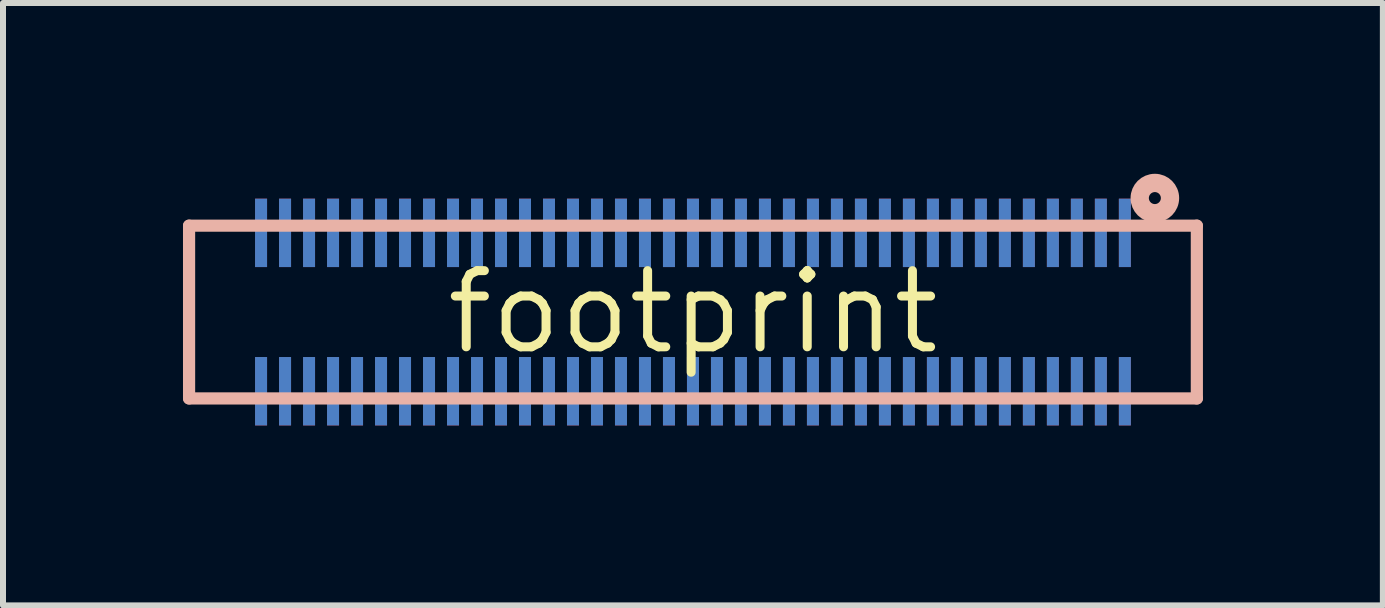
<source format=kicad_pcb>
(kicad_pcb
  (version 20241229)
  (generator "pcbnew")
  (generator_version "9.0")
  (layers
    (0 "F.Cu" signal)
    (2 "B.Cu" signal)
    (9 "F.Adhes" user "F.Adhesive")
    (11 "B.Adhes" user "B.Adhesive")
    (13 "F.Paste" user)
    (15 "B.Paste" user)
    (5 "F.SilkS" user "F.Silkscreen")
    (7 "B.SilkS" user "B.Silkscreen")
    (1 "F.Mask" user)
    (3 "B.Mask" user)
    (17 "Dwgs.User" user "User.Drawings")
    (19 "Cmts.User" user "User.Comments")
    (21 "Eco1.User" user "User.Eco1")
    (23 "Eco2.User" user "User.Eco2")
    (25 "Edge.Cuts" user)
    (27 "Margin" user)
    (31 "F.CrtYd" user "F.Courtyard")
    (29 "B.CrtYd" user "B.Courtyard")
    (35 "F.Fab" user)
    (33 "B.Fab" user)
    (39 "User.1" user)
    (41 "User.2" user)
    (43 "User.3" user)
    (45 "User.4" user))
  (footprint "footprint"
    (layer "F.Cu")
    (at 8.502 2.152)
    (property "Reference" "footprint" (at 0 0 0) (layer "F.SilkS") (effects (font (size 1.27 1.27) (thickness 0.15))))
    (fp_line (start -8.4 -1.44) (end 8.4 -1.44) (stroke (width 0.203) (type solid)) (layer "B.SilkS"))
    (fp_line (start -8.4 1.44) (end -8.4 -1.44) (stroke (width 0.203) (type solid)) (layer "B.SilkS"))
    (fp_line (start 8.4 -1.44) (end 8.4 1.44) (stroke (width 0.203) (type solid)) (layer "B.SilkS"))
    (fp_line (start 8.4 1.44) (end -8.4 1.44) (stroke (width 0.203) (type solid)) (layer "B.SilkS"))
    (fp_circle (center 7.7 -1.9) (end 7.8 -1.9) (stroke (width 0.305) (type solid)) (fill no) (layer "B.SilkS"))
    (pad "1" smd rect (at 6.8 -1.32) (size 0.2 1.14) (layers "*.Cu" "*.Mask"))
    (pad "2" smd rect (at 6.8 1.32) (size 0.2 1.14) (layers "*.Cu" "*.Mask"))
    (pad "3" smd rect (at 6.4 -1.32) (size 0.2 1.14) (layers "*.Cu" "*.Mask"))
    (pad "4" smd rect (at 6.4 1.32) (size 0.2 1.14) (layers "*.Cu" "*.Mask"))
    (pad "5" smd rect (at 6 -1.32) (size 0.2 1.14) (layers "*.Cu" "*.Mask"))
    (pad "6" smd rect (at 6 1.32) (size 0.2 1.14) (layers "*.Cu" "*.Mask"))
    (pad "7" smd rect (at 5.6 -1.32) (size 0.2 1.14) (layers "*.Cu" "*.Mask"))
    (pad "8" smd rect (at 5.6 1.32) (size 0.2 1.14) (layers "*.Cu" "*.Mask"))
    (pad "9" smd rect (at 5.2 -1.32) (size 0.2 1.14) (layers "*.Cu" "*.Mask"))
    (pad "10" smd rect (at 5.2 1.32) (size 0.2 1.14) (layers "*.Cu" "*.Mask"))
    (pad "11" smd rect (at 4.8 -1.32) (size 0.2 1.14) (layers "*.Cu" "*.Mask"))
    (pad "12" smd rect (at 4.8 1.32) (size 0.2 1.14) (layers "*.Cu" "*.Mask"))
    (pad "13" smd rect (at 4.4 -1.32) (size 0.2 1.14) (layers "*.Cu" "*.Mask"))
    (pad "14" smd rect (at 4.4 1.32) (size 0.2 1.14) (layers "*.Cu" "*.Mask"))
    (pad "15" smd rect (at 4 -1.32) (size 0.2 1.14) (layers "*.Cu" "*.Mask"))
    (pad "16" smd rect (at 4 1.32) (size 0.2 1.14) (layers "*.Cu" "*.Mask"))
    (pad "17" smd rect (at 3.6 -1.32) (size 0.2 1.14) (layers "*.Cu" "*.Mask"))
    (pad "18" smd rect (at 3.6 1.32) (size 0.2 1.14) (layers "*.Cu" "*.Mask"))
    (pad "19" smd rect (at 3.2 -1.32) (size 0.2 1.14) (layers "*.Cu" "*.Mask"))
    (pad "20" smd rect (at 3.2 1.32) (size 0.2 1.14) (layers "*.Cu" "*.Mask"))
    (pad "21" smd rect (at 2.8 -1.32) (size 0.2 1.14) (layers "*.Cu" "*.Mask"))
    (pad "22" smd rect (at 2.8 1.32) (size 0.2 1.14) (layers "*.Cu" "*.Mask"))
    (pad "23" smd rect (at 2.4 -1.32) (size 0.2 1.14) (layers "*.Cu" "*.Mask"))
    (pad "24" smd rect (at 2.4 1.32) (size 0.2 1.14) (layers "*.Cu" "*.Mask"))
    (pad "25" smd rect (at 2 -1.32) (size 0.2 1.14) (layers "*.Cu" "*.Mask"))
    (pad "26" smd rect (at 2 1.32) (size 0.2 1.14) (layers "*.Cu" "*.Mask"))
    (pad "27" smd rect (at 1.6 -1.32) (size 0.2 1.14) (layers "*.Cu" "*.Mask"))
    (pad "28" smd rect (at 1.6 1.32) (size 0.2 1.14) (layers "*.Cu" "*.Mask"))
    (pad "29" smd rect (at 1.2 -1.32) (size 0.2 1.14) (layers "*.Cu" "*.Mask"))
    (pad "30" smd rect (at 1.2 1.32) (size 0.2 1.14) (layers "*.Cu" "*.Mask"))
    (pad "31" smd rect (at 0.8 -1.32) (size 0.2 1.14) (layers "*.Cu" "*.Mask"))
    (pad "32" smd rect (at 0.8 1.32) (size 0.2 1.14) (layers "*.Cu" "*.Mask"))
    (pad "33" smd rect (at 0.4 -1.32) (size 0.2 1.14) (layers "*.Cu" "*.Mask"))
    (pad "34" smd rect (at 0.4 1.32) (size 0.2 1.14) (layers "*.Cu" "*.Mask"))
    (pad "35" smd rect (at 0 -1.32) (size 0.2 1.14) (layers "*.Cu" "*.Mask"))
    (pad "36" smd rect (at 0 1.32) (size 0.2 1.14) (layers "*.Cu" "*.Mask"))
    (pad "37" smd rect (at -0.4 -1.32) (size 0.2 1.14) (layers "*.Cu" "*.Mask"))
    (pad "38" smd rect (at -0.4 1.32) (size 0.2 1.14) (layers "*.Cu" "*.Mask"))
    (pad "39" smd rect (at -0.8 -1.32) (size 0.2 1.14) (layers "*.Cu" "*.Mask"))
    (pad "40" smd rect (at -0.8 1.32) (size 0.2 1.14) (layers "*.Cu" "*.Mask"))
    (pad "41" smd rect (at -1.2 -1.32) (size 0.2 1.14) (layers "*.Cu" "*.Mask"))
    (pad "42" smd rect (at -1.2 1.32) (size 0.2 1.14) (layers "*.Cu" "*.Mask"))
    (pad "43" smd rect (at -1.6 -1.32) (size 0.2 1.14) (layers "*.Cu" "*.Mask"))
    (pad "44" smd rect (at -1.6 1.32) (size 0.2 1.14) (layers "*.Cu" "*.Mask"))
    (pad "45" smd rect (at -2 -1.32) (size 0.2 1.14) (layers "*.Cu" "*.Mask"))
    (pad "46" smd rect (at -2 1.32) (size 0.2 1.14) (layers "*.Cu" "*.Mask"))
    (pad "47" smd rect (at -2.4 -1.32) (size 0.2 1.14) (layers "*.Cu" "*.Mask"))
    (pad "48" smd rect (at -2.4 1.32) (size 0.2 1.14) (layers "*.Cu" "*.Mask"))
    (pad "49" smd rect (at -2.8 -1.32) (size 0.2 1.14) (layers "*.Cu" "*.Mask"))
    (pad "50" smd rect (at -2.8 1.32) (size 0.2 1.14) (layers "*.Cu" "*.Mask"))
    (pad "51" smd rect (at -3.2 -1.32) (size 0.2 1.14) (layers "*.Cu" "*.Mask"))
    (pad "52" smd rect (at -3.2 1.32) (size 0.2 1.14) (layers "*.Cu" "*.Mask"))
    (pad "53" smd rect (at -3.6 -1.32) (size 0.2 1.14) (layers "*.Cu" "*.Mask"))
    (pad "54" smd rect (at -3.6 1.32) (size 0.2 1.14) (layers "*.Cu" "*.Mask"))
    (pad "55" smd rect (at -4 -1.32) (size 0.2 1.14) (layers "*.Cu" "*.Mask"))
    (pad "56" smd rect (at -4 1.32) (size 0.2 1.14) (layers "*.Cu" "*.Mask"))
    (pad "57" smd rect (at -4.4 -1.32) (size 0.2 1.14) (layers "*.Cu" "*.Mask"))
    (pad "58" smd rect (at -4.4 1.32) (size 0.2 1.14) (layers "*.Cu" "*.Mask"))
    (pad "59" smd rect (at -4.8 -1.32) (size 0.2 1.14) (layers "*.Cu" "*.Mask"))
    (pad "60" smd rect (at -4.8 1.32) (size 0.2 1.14) (layers "*.Cu" "*.Mask"))
    (pad "61" smd rect (at -5.2 -1.32) (size 0.2 1.14) (layers "*.Cu" "*.Mask"))
    (pad "62" smd rect (at -5.2 1.32) (size 0.2 1.14) (layers "*.Cu" "*.Mask"))
    (pad "63" smd rect (at -5.6 -1.32) (size 0.2 1.14) (layers "*.Cu" "*.Mask"))
    (pad "64" smd rect (at -5.6 1.32) (size 0.2 1.14) (layers "*.Cu" "*.Mask"))
    (pad "65" smd rect (at -6 -1.32) (size 0.2 1.14) (layers "*.Cu" "*.Mask"))
    (pad "66" smd rect (at -6 1.32) (size 0.2 1.14) (layers "*.Cu" "*.Mask"))
    (pad "67" smd rect (at -6.4 -1.32) (size 0.2 1.14) (layers "*.Cu" "*.Mask"))
    (pad "68" smd rect (at -6.4 1.32) (size 0.2 1.14) (layers "*.Cu" "*.Mask"))
    (pad "69" smd rect (at -6.8 -1.32) (size 0.2 1.14) (layers "*.Cu" "*.Mask"))
    (pad "70" smd rect (at -6.8 1.32) (size 0.2 1.14) (layers "*.Cu" "*.Mask"))
    (pad "NC1" smd rect (at 7.2 -1.32) (size 0.2 1.14) (layers "*.Cu" "*.Mask"))
    (pad "NC2" smd rect (at 7.2 1.32) (size 0.2 1.14) (layers "*.Cu" "*.Mask"))
    (pad "NC3" smd rect (at -7.2 1.32) (size 0.2 1.14) (layers "*.Cu" "*.Mask"))
    (pad "NC4" smd rect (at -7.2 -1.32) (size 0.2 1.14) (layers "*.Cu" "*.Mask")))
  (gr_rect
    (start -3 -3)
    (end 20.003 7.042)
    (stroke (width 0.1) (type default))
    (fill no)
    (layer "Edge.Cuts")))
</source>
